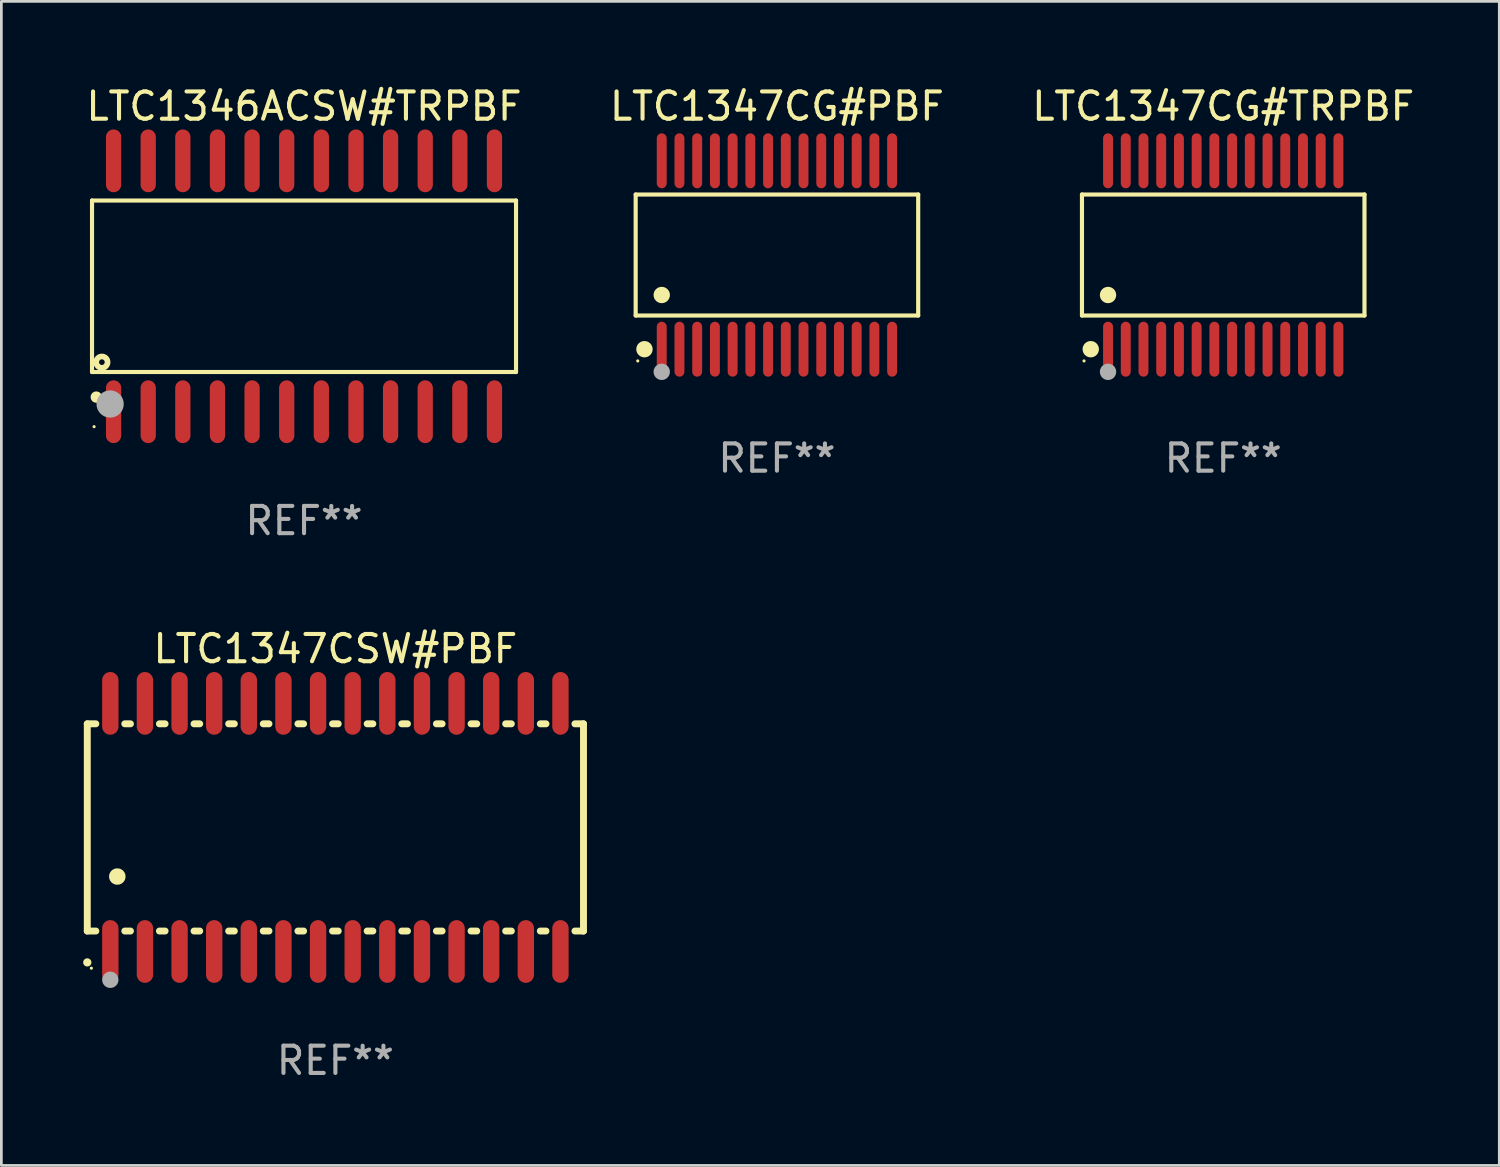
<source format=kicad_pcb>
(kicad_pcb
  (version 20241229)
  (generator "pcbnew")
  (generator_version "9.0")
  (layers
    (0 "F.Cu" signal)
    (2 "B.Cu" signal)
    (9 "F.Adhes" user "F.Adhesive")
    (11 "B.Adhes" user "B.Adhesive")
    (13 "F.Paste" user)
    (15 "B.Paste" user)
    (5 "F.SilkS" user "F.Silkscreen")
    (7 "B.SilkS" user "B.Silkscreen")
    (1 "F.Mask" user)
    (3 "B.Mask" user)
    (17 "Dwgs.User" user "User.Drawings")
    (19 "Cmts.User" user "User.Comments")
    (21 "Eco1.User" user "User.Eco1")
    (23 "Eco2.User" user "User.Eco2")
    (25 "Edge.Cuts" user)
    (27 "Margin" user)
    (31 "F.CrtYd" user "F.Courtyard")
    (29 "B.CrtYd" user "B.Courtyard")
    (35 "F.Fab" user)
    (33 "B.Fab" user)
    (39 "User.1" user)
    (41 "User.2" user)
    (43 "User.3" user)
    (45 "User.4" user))
  (footprint "LTC1347CSW#PBF"
    (layer "F.Cu")
    (at 9.251 27.298)
    (property "Reference" "LTC1347CSW#PBF" (at 0 -6.55 0) (layer "F.SilkS") (effects (font (size 1 1) (thickness 0.15))))
    (attr through_hole)
    (fp_line (start -9.1 -3.8) (end -9.1 3.8) (stroke (width 0.254) (type solid)) (layer "F.SilkS"))
    (fp_line (start -9.1 -3.8) (end -8.786 -3.8) (stroke (width 0.254) (type solid)) (layer "F.SilkS"))
    (fp_line (start -9.1 3.8) (end -8.786 3.8) (stroke (width 0.254) (type solid)) (layer "F.SilkS"))
    (fp_line (start -7.724 -3.8) (end -7.516 -3.8) (stroke (width 0.254) (type solid)) (layer "F.SilkS"))
    (fp_line (start -7.724 3.8) (end -7.516 3.8) (stroke (width 0.254) (type solid)) (layer "F.SilkS"))
    (fp_line (start -6.454 -3.8) (end -6.246 -3.8) (stroke (width 0.254) (type solid)) (layer "F.SilkS"))
    (fp_line (start -6.454 3.8) (end -6.246 3.8) (stroke (width 0.254) (type solid)) (layer "F.SilkS"))
    (fp_line (start -5.184 -3.8) (end -4.976 -3.8) (stroke (width 0.254) (type solid)) (layer "F.SilkS"))
    (fp_line (start -5.184 3.8) (end -4.976 3.8) (stroke (width 0.254) (type solid)) (layer "F.SilkS"))
    (fp_line (start -3.914 -3.8) (end -3.706 -3.8) (stroke (width 0.254) (type solid)) (layer "F.SilkS"))
    (fp_line (start -3.914 3.8) (end -3.706 3.8) (stroke (width 0.254) (type solid)) (layer "F.SilkS"))
    (fp_line (start -2.644 -3.8) (end -2.436 -3.8) (stroke (width 0.254) (type solid)) (layer "F.SilkS"))
    (fp_line (start -2.644 3.8) (end -2.436 3.8) (stroke (width 0.254) (type solid)) (layer "F.SilkS"))
    (fp_line (start -1.374 -3.8) (end -1.166 -3.8) (stroke (width 0.254) (type solid)) (layer "F.SilkS"))
    (fp_line (start -1.374 3.8) (end -1.166 3.8) (stroke (width 0.254) (type solid)) (layer "F.SilkS"))
    (fp_line (start -0.104 -3.8) (end 0.104 -3.8) (stroke (width 0.254) (type solid)) (layer "F.SilkS"))
    (fp_line (start -0.104 3.8) (end 0.104 3.8) (stroke (width 0.254) (type solid)) (layer "F.SilkS"))
    (fp_line (start 1.166 -3.8) (end 1.374 -3.8) (stroke (width 0.254) (type solid)) (layer "F.SilkS"))
    (fp_line (start 1.166 3.8) (end 1.374 3.8) (stroke (width 0.254) (type solid)) (layer "F.SilkS"))
    (fp_line (start 2.436 -3.8) (end 2.644 -3.8) (stroke (width 0.254) (type solid)) (layer "F.SilkS"))
    (fp_line (start 2.436 3.8) (end 2.644 3.8) (stroke (width 0.254) (type solid)) (layer "F.SilkS"))
    (fp_line (start 3.706 -3.8) (end 3.914 -3.8) (stroke (width 0.254) (type solid)) (layer "F.SilkS"))
    (fp_line (start 3.706 3.8) (end 3.914 3.8) (stroke (width 0.254) (type solid)) (layer "F.SilkS"))
    (fp_line (start 4.976 -3.8) (end 5.184 -3.8) (stroke (width 0.254) (type solid)) (layer "F.SilkS"))
    (fp_line (start 4.976 3.8) (end 5.184 3.8) (stroke (width 0.254) (type solid)) (layer "F.SilkS"))
    (fp_line (start 6.246 -3.8) (end 6.454 -3.8) (stroke (width 0.254) (type solid)) (layer "F.SilkS"))
    (fp_line (start 6.246 3.8) (end 6.454 3.8) (stroke (width 0.254) (type solid)) (layer "F.SilkS"))
    (fp_line (start 7.516 -3.8) (end 7.724 -3.8) (stroke (width 0.254) (type solid)) (layer "F.SilkS"))
    (fp_line (start 7.516 3.8) (end 7.724 3.8) (stroke (width 0.254) (type solid)) (layer "F.SilkS"))
    (fp_line (start 8.786 -3.8) (end 9.1 -3.8) (stroke (width 0.254) (type solid)) (layer "F.SilkS"))
    (fp_line (start 8.786 3.8) (end 9.1 3.8) (stroke (width 0.254) (type solid)) (layer "F.SilkS"))
    (fp_line (start 9.1 -3.8) (end 9.1 3.8) (stroke (width 0.254) (type solid)) (layer "F.SilkS"))
    (fp_arc (start -9.100864 4.95047) (mid -9.099594 4.950465) (end -9.098324 4.95047) (stroke (width 0.3) (type solid)) (layer "F.SilkS"))
    (fp_arc (start -8.001041 1.800864) (mid -7.998501 1.800853) (end -7.995961 1.800864) (stroke (width 0.6) (type solid)) (layer "F.SilkS"))
    (fp_circle (center -8.95 5.163) (end -8.92 5.163) (stroke (width 0.06) (type solid)) (fill no) (layer "F.SilkS"))
    (fp_circle (center -8.255 5.588) (end -8.105 5.588) (stroke (width 0.3) (type solid)) (fill no) (layer "F.Fab"))
    (fp_text user "REF**" (at 0 8.55 0) (layer "F.Fab") (effects (font (size 1 1) (thickness 0.15))))
    (pad "1" smd oval (at -8.255 4.55 180) (size 0.6 2.3) (layers "F.Cu" "F.Mask" "F.Paste"))
    (pad "2" smd oval (at -6.985 4.55 180) (size 0.6 2.3) (layers "F.Cu" "F.Mask" "F.Paste"))
    (pad "3" smd oval (at -5.715 4.55 180) (size 0.6 2.3) (layers "F.Cu" "F.Mask" "F.Paste"))
    (pad "4" smd oval (at -4.445 4.55 180) (size 0.6 2.3) (layers "F.Cu" "F.Mask" "F.Paste"))
    (pad "5" smd oval (at -3.175 4.55 180) (size 0.6 2.3) (layers "F.Cu" "F.Mask" "F.Paste"))
    (pad "6" smd oval (at -1.905 4.55 180) (size 0.6 2.3) (layers "F.Cu" "F.Mask" "F.Paste"))
    (pad "7" smd oval (at -0.635 4.55 180) (size 0.6 2.3) (layers "F.Cu" "F.Mask" "F.Paste"))
    (pad "8" smd oval (at 0.635 4.55 180) (size 0.6 2.3) (layers "F.Cu" "F.Mask" "F.Paste"))
    (pad "9" smd oval (at 1.905 4.55 180) (size 0.6 2.3) (layers "F.Cu" "F.Mask" "F.Paste"))
    (pad "10" smd oval (at 3.175 4.55 180) (size 0.6 2.3) (layers "F.Cu" "F.Mask" "F.Paste"))
    (pad "11" smd oval (at 4.445 4.55 180) (size 0.6 2.3) (layers "F.Cu" "F.Mask" "F.Paste"))
    (pad "12" smd oval (at 5.715 4.55 180) (size 0.6 2.3) (layers "F.Cu" "F.Mask" "F.Paste"))
    (pad "13" smd oval (at 6.985 4.55 180) (size 0.6 2.3) (layers "F.Cu" "F.Mask" "F.Paste"))
    (pad "14" smd oval (at 8.255 4.55 180) (size 0.6 2.3) (layers "F.Cu" "F.Mask" "F.Paste"))
    (pad "15" smd oval (at 8.255 -4.55 180) (size 0.6 2.3) (layers "F.Cu" "F.Mask" "F.Paste"))
    (pad "16" smd oval (at 6.985 -4.55 180) (size 0.6 2.3) (layers "F.Cu" "F.Mask" "F.Paste"))
    (pad "17" smd oval (at 5.715 -4.55 180) (size 0.6 2.3) (layers "F.Cu" "F.Mask" "F.Paste"))
    (pad "18" smd oval (at 4.445 -4.55 180) (size 0.6 2.3) (layers "F.Cu" "F.Mask" "F.Paste"))
    (pad "19" smd oval (at 3.175 -4.55 180) (size 0.6 2.3) (layers "F.Cu" "F.Mask" "F.Paste"))
    (pad "20" smd oval (at 1.905 -4.55 180) (size 0.6 2.3) (layers "F.Cu" "F.Mask" "F.Paste"))
    (pad "21" smd oval (at 0.635 -4.55 180) (size 0.6 2.3) (layers "F.Cu" "F.Mask" "F.Paste"))
    (pad "22" smd oval (at -0.635 -4.55 180) (size 0.6 2.3) (layers "F.Cu" "F.Mask" "F.Paste"))
    (pad "23" smd oval (at -1.905 -4.55 180) (size 0.6 2.3) (layers "F.Cu" "F.Mask" "F.Paste"))
    (pad "24" smd oval (at -3.175 -4.55 180) (size 0.6 2.3) (layers "F.Cu" "F.Mask" "F.Paste"))
    (pad "25" smd oval (at -4.445 -4.55 180) (size 0.6 2.3) (layers "F.Cu" "F.Mask" "F.Paste"))
    (pad "26" smd oval (at -5.715 -4.55 180) (size 0.6 2.3) (layers "F.Cu" "F.Mask" "F.Paste"))
    (pad "27" smd oval (at -6.985 -4.55 180) (size 0.6 2.3) (layers "F.Cu" "F.Mask" "F.Paste"))
    (pad "28" smd oval (at -8.255 -4.55 180) (size 0.6 2.3) (layers "F.Cu" "F.Mask" "F.Paste")))
  (footprint "LTC1347CG#TRPBF"
    (layer "F.Cu")
    (at 41.815 6.303)
    (property "Reference" "LTC1347CG#TRPBF" (at 0 -5.455 0) (layer "F.SilkS") (effects (font (size 1 1) (thickness 0.15))))
    (attr through_hole)
    (fp_line (start -5.181 -2.219) (end 5.181 -2.219) (stroke (width 0.152) (type solid)) (layer "F.SilkS"))
    (fp_line (start -5.181 2.219) (end -5.181 -2.219) (stroke (width 0.152) (type solid)) (layer "F.SilkS"))
    (fp_line (start 5.181 -2.219) (end 5.181 2.219) (stroke (width 0.152) (type solid)) (layer "F.SilkS"))
    (fp_line (start 5.181 2.219) (end -5.181 2.219) (stroke (width 0.152) (type solid)) (layer "F.SilkS"))
    (fp_circle (center -5.105 3.885) (end -5.075 3.885) (stroke (width 0.06) (type solid)) (fill no) (layer "F.SilkS"))
    (fp_circle (center -4.859 3.455) (end -4.709 3.455) (stroke (width 0.3) (type solid)) (fill no) (layer "F.SilkS"))
    (fp_circle (center -4.225 1.467) (end -4.075 1.467) (stroke (width 0.3) (type solid)) (fill no) (layer "F.SilkS"))
    (fp_circle (center -4.225 4.285) (end -4.075 4.285) (stroke (width 0.3) (type solid)) (fill no) (layer "F.Fab"))
    (fp_text user "REF**" (at 0 7.455 0) (layer "F.Fab") (effects (font (size 1 1) (thickness 0.15))))
    (pad "1" smd oval (at -4.225 3.455) (size 0.364 2.015) (layers "F.Cu" "F.Mask" "F.Paste"))
    (pad "2" smd oval (at -3.575 3.455) (size 0.364 2.015) (layers "F.Cu" "F.Mask" "F.Paste"))
    (pad "3" smd oval (at -2.925 3.455) (size 0.364 2.015) (layers "F.Cu" "F.Mask" "F.Paste"))
    (pad "4" smd oval (at -2.275 3.455) (size 0.364 2.015) (layers "F.Cu" "F.Mask" "F.Paste"))
    (pad "5" smd oval (at -1.625 3.455) (size 0.364 2.015) (layers "F.Cu" "F.Mask" "F.Paste"))
    (pad "6" smd oval (at -0.975 3.455) (size 0.364 2.015) (layers "F.Cu" "F.Mask" "F.Paste"))
    (pad "7" smd oval (at -0.325 3.455) (size 0.364 2.015) (layers "F.Cu" "F.Mask" "F.Paste"))
    (pad "8" smd oval (at 0.325 3.455) (size 0.364 2.015) (layers "F.Cu" "F.Mask" "F.Paste"))
    (pad "9" smd oval (at 0.975 3.455) (size 0.364 2.015) (layers "F.Cu" "F.Mask" "F.Paste"))
    (pad "10" smd oval (at 1.625 3.455) (size 0.364 2.015) (layers "F.Cu" "F.Mask" "F.Paste"))
    (pad "11" smd oval (at 2.275 3.455) (size 0.364 2.015) (layers "F.Cu" "F.Mask" "F.Paste"))
    (pad "12" smd oval (at 2.925 3.455) (size 0.364 2.015) (layers "F.Cu" "F.Mask" "F.Paste"))
    (pad "13" smd oval (at 3.575 3.455) (size 0.364 2.015) (layers "F.Cu" "F.Mask" "F.Paste"))
    (pad "14" smd oval (at 4.225 3.455) (size 0.364 2.015) (layers "F.Cu" "F.Mask" "F.Paste"))
    (pad "15" smd oval (at 4.225 -3.455) (size 0.364 2.015) (layers "F.Cu" "F.Mask" "F.Paste"))
    (pad "16" smd oval (at 3.575 -3.455) (size 0.364 2.015) (layers "F.Cu" "F.Mask" "F.Paste"))
    (pad "17" smd oval (at 2.925 -3.455) (size 0.364 2.015) (layers "F.Cu" "F.Mask" "F.Paste"))
    (pad "18" smd oval (at 2.275 -3.455) (size 0.364 2.015) (layers "F.Cu" "F.Mask" "F.Paste"))
    (pad "19" smd oval (at 1.625 -3.455) (size 0.364 2.015) (layers "F.Cu" "F.Mask" "F.Paste"))
    (pad "20" smd oval (at 0.975 -3.455) (size 0.364 2.015) (layers "F.Cu" "F.Mask" "F.Paste"))
    (pad "21" smd oval (at 0.325 -3.455) (size 0.364 2.015) (layers "F.Cu" "F.Mask" "F.Paste"))
    (pad "22" smd oval (at -0.325 -3.455) (size 0.364 2.015) (layers "F.Cu" "F.Mask" "F.Paste"))
    (pad "23" smd oval (at -0.975 -3.455) (size 0.364 2.015) (layers "F.Cu" "F.Mask" "F.Paste"))
    (pad "24" smd oval (at -1.625 -3.455) (size 0.364 2.015) (layers "F.Cu" "F.Mask" "F.Paste"))
    (pad "25" smd oval (at -2.275 -3.455) (size 0.364 2.015) (layers "F.Cu" "F.Mask" "F.Paste"))
    (pad "26" smd oval (at -2.925 -3.455) (size 0.364 2.015) (layers "F.Cu" "F.Mask" "F.Paste"))
    (pad "27" smd oval (at -3.575 -3.455) (size 0.364 2.015) (layers "F.Cu" "F.Mask" "F.Paste"))
    (pad "28" smd oval (at -4.225 -3.455) (size 0.364 2.015) (layers "F.Cu" "F.Mask" "F.Paste")))
  (footprint "LTC1347CG#PBF"
    (layer "F.Cu")
    (at 25.446 6.303)
    (property "Reference" "LTC1347CG#PBF" (at 0 -5.455 0) (layer "F.SilkS") (effects (font (size 1 1) (thickness 0.15))))
    (attr through_hole)
    (fp_line (start -5.181 -2.219) (end 5.181 -2.219) (stroke (width 0.152) (type solid)) (layer "F.SilkS"))
    (fp_line (start -5.181 2.219) (end -5.181 -2.219) (stroke (width 0.152) (type solid)) (layer "F.SilkS"))
    (fp_line (start 5.181 -2.219) (end 5.181 2.219) (stroke (width 0.152) (type solid)) (layer "F.SilkS"))
    (fp_line (start 5.181 2.219) (end -5.181 2.219) (stroke (width 0.152) (type solid)) (layer "F.SilkS"))
    (fp_circle (center -5.105 3.885) (end -5.075 3.885) (stroke (width 0.06) (type solid)) (fill no) (layer "F.SilkS"))
    (fp_circle (center -4.859 3.455) (end -4.709 3.455) (stroke (width 0.3) (type solid)) (fill no) (layer "F.SilkS"))
    (fp_circle (center -4.225 1.467) (end -4.075 1.467) (stroke (width 0.3) (type solid)) (fill no) (layer "F.SilkS"))
    (fp_circle (center -4.225 4.285) (end -4.075 4.285) (stroke (width 0.3) (type solid)) (fill no) (layer "F.Fab"))
    (fp_text user "REF**" (at 0 7.455 0) (layer "F.Fab") (effects (font (size 1 1) (thickness 0.15))))
    (pad "1" smd oval (at -4.225 3.455) (size 0.364 2.015) (layers "F.Cu" "F.Mask" "F.Paste"))
    (pad "2" smd oval (at -3.575 3.455) (size 0.364 2.015) (layers "F.Cu" "F.Mask" "F.Paste"))
    (pad "3" smd oval (at -2.925 3.455) (size 0.364 2.015) (layers "F.Cu" "F.Mask" "F.Paste"))
    (pad "4" smd oval (at -2.275 3.455) (size 0.364 2.015) (layers "F.Cu" "F.Mask" "F.Paste"))
    (pad "5" smd oval (at -1.625 3.455) (size 0.364 2.015) (layers "F.Cu" "F.Mask" "F.Paste"))
    (pad "6" smd oval (at -0.975 3.455) (size 0.364 2.015) (layers "F.Cu" "F.Mask" "F.Paste"))
    (pad "7" smd oval (at -0.325 3.455) (size 0.364 2.015) (layers "F.Cu" "F.Mask" "F.Paste"))
    (pad "8" smd oval (at 0.325 3.455) (size 0.364 2.015) (layers "F.Cu" "F.Mask" "F.Paste"))
    (pad "9" smd oval (at 0.975 3.455) (size 0.364 2.015) (layers "F.Cu" "F.Mask" "F.Paste"))
    (pad "10" smd oval (at 1.625 3.455) (size 0.364 2.015) (layers "F.Cu" "F.Mask" "F.Paste"))
    (pad "11" smd oval (at 2.275 3.455) (size 0.364 2.015) (layers "F.Cu" "F.Mask" "F.Paste"))
    (pad "12" smd oval (at 2.925 3.455) (size 0.364 2.015) (layers "F.Cu" "F.Mask" "F.Paste"))
    (pad "13" smd oval (at 3.575 3.455) (size 0.364 2.015) (layers "F.Cu" "F.Mask" "F.Paste"))
    (pad "14" smd oval (at 4.225 3.455) (size 0.364 2.015) (layers "F.Cu" "F.Mask" "F.Paste"))
    (pad "15" smd oval (at 4.225 -3.455) (size 0.364 2.015) (layers "F.Cu" "F.Mask" "F.Paste"))
    (pad "16" smd oval (at 3.575 -3.455) (size 0.364 2.015) (layers "F.Cu" "F.Mask" "F.Paste"))
    (pad "17" smd oval (at 2.925 -3.455) (size 0.364 2.015) (layers "F.Cu" "F.Mask" "F.Paste"))
    (pad "18" smd oval (at 2.275 -3.455) (size 0.364 2.015) (layers "F.Cu" "F.Mask" "F.Paste"))
    (pad "19" smd oval (at 1.625 -3.455) (size 0.364 2.015) (layers "F.Cu" "F.Mask" "F.Paste"))
    (pad "20" smd oval (at 0.975 -3.455) (size 0.364 2.015) (layers "F.Cu" "F.Mask" "F.Paste"))
    (pad "21" smd oval (at 0.325 -3.455) (size 0.364 2.015) (layers "F.Cu" "F.Mask" "F.Paste"))
    (pad "22" smd oval (at -0.325 -3.455) (size 0.364 2.015) (layers "F.Cu" "F.Mask" "F.Paste"))
    (pad "23" smd oval (at -0.975 -3.455) (size 0.364 2.015) (layers "F.Cu" "F.Mask" "F.Paste"))
    (pad "24" smd oval (at -1.625 -3.455) (size 0.364 2.015) (layers "F.Cu" "F.Mask" "F.Paste"))
    (pad "25" smd oval (at -2.275 -3.455) (size 0.364 2.015) (layers "F.Cu" "F.Mask" "F.Paste"))
    (pad "26" smd oval (at -2.925 -3.455) (size 0.364 2.015) (layers "F.Cu" "F.Mask" "F.Paste"))
    (pad "27" smd oval (at -3.575 -3.455) (size 0.364 2.015) (layers "F.Cu" "F.Mask" "F.Paste"))
    (pad "28" smd oval (at -4.225 -3.455) (size 0.364 2.015) (layers "F.Cu" "F.Mask" "F.Paste")))
  (footprint "LTC1346ACSW#TRPBF"
    (layer "F.Cu")
    (at 8.101 7.45)
    (property "Reference" "LTC1346ACSW#TRPBF" (at 0 -6.601 0) (layer "F.SilkS") (effects (font (size 1 1) (thickness 0.15))))
    (attr through_hole)
    (fp_line (start -7.776 -3.145) (end 7.776 -3.145) (stroke (width 0.152) (type solid)) (layer "F.SilkS"))
    (fp_line (start -7.776 3.145) (end -7.776 -3.145) (stroke (width 0.152) (type solid)) (layer "F.SilkS"))
    (fp_line (start 7.776 -3.145) (end 7.776 3.145) (stroke (width 0.152) (type solid)) (layer "F.SilkS"))
    (fp_line (start 7.776 3.145) (end -7.776 3.145) (stroke (width 0.152) (type solid)) (layer "F.SilkS"))
    (fp_circle (center -7.7 5.15) (end -7.67 5.15) (stroke (width 0.06) (type solid)) (fill no) (layer "F.SilkS"))
    (fp_circle (center -7.62 4.064) (end -7.515 4.064) (stroke (width 0.209) (type solid)) (fill no) (layer "F.SilkS"))
    (fp_circle (center -7.414 2.783) (end -7.31 2.783) (stroke (width 0.209) (type solid)) (fill no) (layer "F.SilkS"))
    (fp_circle (center -7.112 4.318) (end -6.862 4.318) (stroke (width 0.5) (type solid)) (fill no) (layer "F.Fab"))
    (fp_text user "REF**" (at 0 8.601 0) (layer "F.Fab") (effects (font (size 1 1) (thickness 0.15))))
    (pad "1" smd oval (at -6.985 4.601) (size 0.56 2.303) (layers "F.Cu" "F.Mask" "F.Paste"))
    (pad "2" smd oval (at -5.715 4.601) (size 0.56 2.303) (layers "F.Cu" "F.Mask" "F.Paste"))
    (pad "3" smd oval (at -4.445 4.601) (size 0.56 2.303) (layers "F.Cu" "F.Mask" "F.Paste"))
    (pad "4" smd oval (at -3.175 4.601) (size 0.56 2.303) (layers "F.Cu" "F.Mask" "F.Paste"))
    (pad "5" smd oval (at -1.905 4.601) (size 0.56 2.303) (layers "F.Cu" "F.Mask" "F.Paste"))
    (pad "6" smd oval (at -0.635 4.601) (size 0.56 2.303) (layers "F.Cu" "F.Mask" "F.Paste"))
    (pad "7" smd oval (at 0.635 4.601) (size 0.56 2.303) (layers "F.Cu" "F.Mask" "F.Paste"))
    (pad "8" smd oval (at 1.905 4.601) (size 0.56 2.303) (layers "F.Cu" "F.Mask" "F.Paste"))
    (pad "9" smd oval (at 3.175 4.601) (size 0.56 2.303) (layers "F.Cu" "F.Mask" "F.Paste"))
    (pad "10" smd oval (at 4.445 4.601) (size 0.56 2.303) (layers "F.Cu" "F.Mask" "F.Paste"))
    (pad "11" smd oval (at 5.715 4.601) (size 0.56 2.303) (layers "F.Cu" "F.Mask" "F.Paste"))
    (pad "12" smd oval (at 6.985 4.601) (size 0.56 2.303) (layers "F.Cu" "F.Mask" "F.Paste"))
    (pad "13" smd oval (at 6.985 -4.601) (size 0.56 2.303) (layers "F.Cu" "F.Mask" "F.Paste"))
    (pad "14" smd oval (at 5.715 -4.601) (size 0.56 2.303) (layers "F.Cu" "F.Mask" "F.Paste"))
    (pad "15" smd oval (at 4.445 -4.601) (size 0.56 2.303) (layers "F.Cu" "F.Mask" "F.Paste"))
    (pad "16" smd oval (at 3.175 -4.601) (size 0.56 2.303) (layers "F.Cu" "F.Mask" "F.Paste"))
    (pad "17" smd oval (at 1.905 -4.601) (size 0.56 2.303) (layers "F.Cu" "F.Mask" "F.Paste"))
    (pad "18" smd oval (at 0.635 -4.601) (size 0.56 2.303) (layers "F.Cu" "F.Mask" "F.Paste"))
    (pad "19" smd oval (at -0.635 -4.601) (size 0.56 2.303) (layers "F.Cu" "F.Mask" "F.Paste"))
    (pad "20" smd oval (at -1.905 -4.601) (size 0.56 2.303) (layers "F.Cu" "F.Mask" "F.Paste"))
    (pad "21" smd oval (at -3.175 -4.601) (size 0.56 2.303) (layers "F.Cu" "F.Mask" "F.Paste"))
    (pad "22" smd oval (at -4.445 -4.601) (size 0.56 2.303) (layers "F.Cu" "F.Mask" "F.Paste"))
    (pad "23" smd oval (at -5.715 -4.601) (size 0.56 2.303) (layers "F.Cu" "F.Mask" "F.Paste"))
    (pad "24" smd oval (at -6.985 -4.601) (size 0.56 2.303) (layers "F.Cu" "F.Mask" "F.Paste")))
  (gr_rect
    (start -3 -3)
    (end 51.94 39.696)
    (stroke (width 0.1) (type default))
    (fill no)
    (layer "Edge.Cuts")))
</source>
